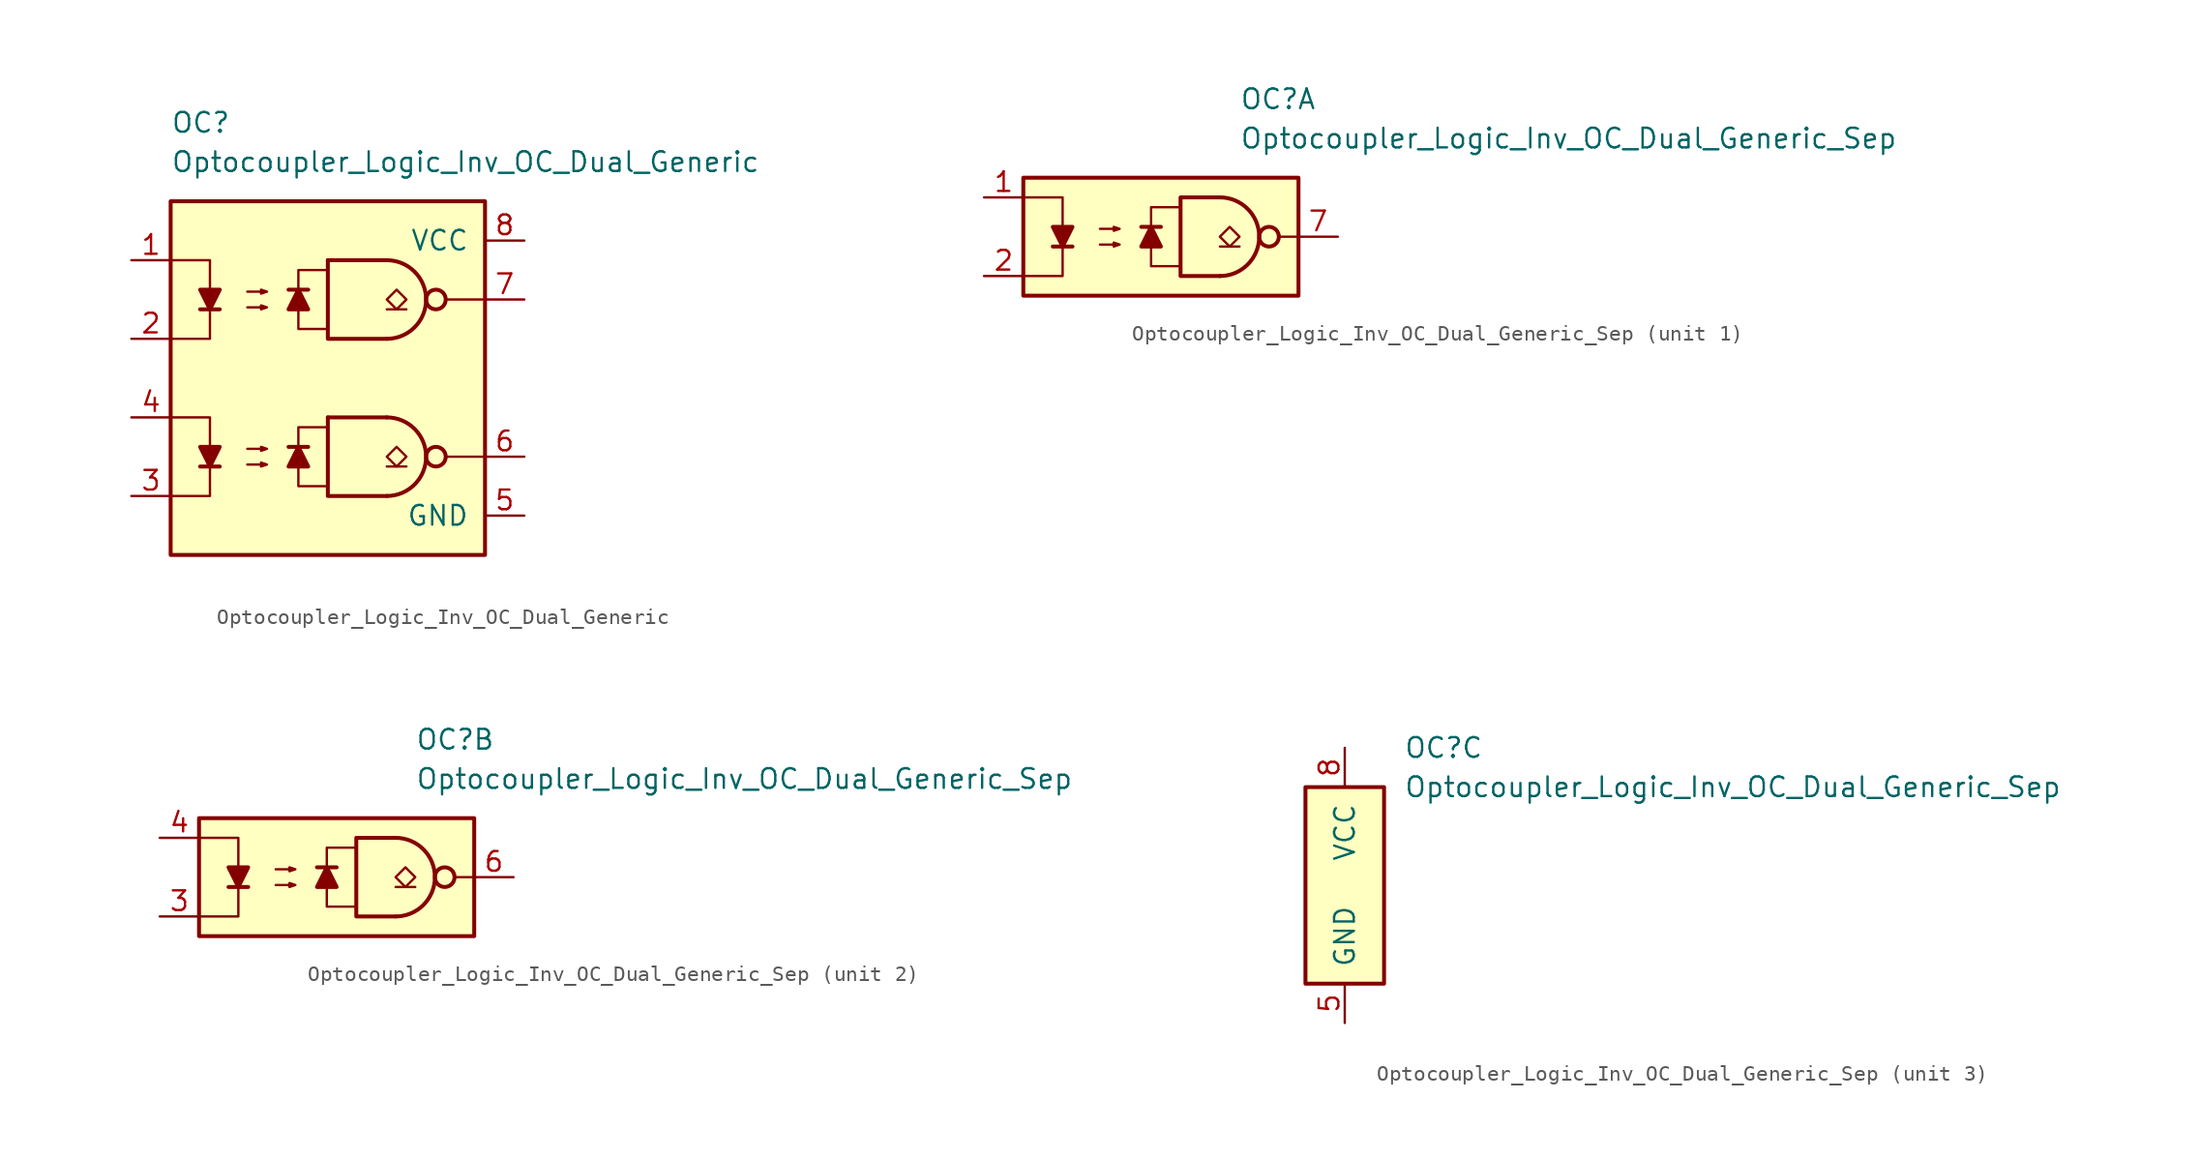
<source format=kicad_sym>
(kicad_symbol_lib
  (version 20211014)
  (generator kicad_symbol_editor)
  (symbol "Optocoupler_Logic_AKL:Optocoupler_Logic_Inv_OC_Dual_Generic"
    (pin_names
      (offset 1.016))
    (property "Reference" "OC"
      (at -10.16 16.51 0)
      (effects (font (size 1.27 1.27)) (justify left)))
    (property "Value" "Optocoupler_Logic_Inv_OC_Dual_Generic"
      (at -10.16 13.97 0)
      (effects (font (size 1.27 1.27)) (justify left)))
    (symbol "Optocoupler_Logic_Inv_OC_Dual_Generic_0_0"
      (rectangle (start -10.16 11.43) (end 10.16 -11.43) (stroke (width 0.254) (type default) (color 0 0 0 0)) (fill (type background)))
      (polyline (pts (xy 10.16 -5.08) (xy 7.62 -5.08)) (stroke (width 0) (type default) (color 0 0 0 0)) (fill (type none))))
    (symbol "Optocoupler_Logic_Inv_OC_Dual_Generic_0_1"
      (polyline (pts (xy -8.255 -5.715) (xy -6.985 -5.715)) (stroke (width 0.254) (type default) (color 0 0 0 0)) (fill (type none)))
      (polyline (pts (xy 0 -2.54) (xy 3.81 -2.54)) (stroke (width 0.254) (type default) (color 0 0 0 0)) (fill (type none)))
      (polyline (pts (xy 5.08 -5.715) (xy 3.81 -5.715)) (stroke (width 0.152) (type default) (color 0 0 0 0)) (fill (type none)))
      (polyline (pts (xy 5.08 4.445) (xy 3.81 4.445)) (stroke (width 0.152) (type default) (color 0 0 0 0)) (fill (type none)))
      (polyline (pts (xy -10.16 -2.54) (xy -7.62 -2.54) (xy -7.62 -5.715)) (stroke (width 0) (type default) (color 0 0 0 0)) (fill (type none)))
      (polyline (pts (xy -7.62 -5.715) (xy -7.62 -7.62) (xy -10.16 -7.62)) (stroke (width 0) (type default) (color 0 0 0 0)) (fill (type none)))
      (polyline (pts (xy 0 -2.54) (xy 0 -7.62) (xy 3.81 -7.62)) (stroke (width 0.254) (type default) (color 0 0 0 0)) (fill (type none)))
      (polyline (pts (xy -7.62 -5.715) (xy -8.255 -4.445) (xy -6.985 -4.445) (xy -7.62 -5.715)) (stroke (width 0.254) (type default) (color 0 0 0 0)) (fill (type outline)))
      (polyline (pts (xy -5.207 -5.588) (xy -3.937 -5.588) (xy -4.318 -5.715) (xy -4.318 -5.461) (xy -3.937 -5.588)) (stroke (width 0) (type default) (color 0 0 0 0)) (fill (type none)))
      (polyline (pts (xy -5.207 -4.572) (xy -3.937 -4.572) (xy -4.318 -4.699) (xy -4.318 -4.445) (xy -3.937 -4.572)) (stroke (width 0) (type default) (color 0 0 0 0)) (fill (type none)))
      (polyline (pts (xy 4.445 -5.715) (xy 3.81 -5.08) (xy 4.445 -4.445) (xy 5.08 -5.08) (xy 4.445 -5.715)) (stroke (width 0.152) (type default) (color 0 0 0 0)) (fill (type none)))
      (polyline (pts (xy 4.445 4.445) (xy 3.81 5.08) (xy 4.445 5.715) (xy 5.08 5.08) (xy 4.445 4.445)) (stroke (width 0.152) (type default) (color 0 0 0 0)) (fill (type none)))
      (arc (start 3.81 -7.62) (mid 6.35 -5.08) (end 3.81 -2.54) (stroke (width 0.254) (type default) (color 0 0 0 0)) (fill (type none)))
      (circle (center 6.985 -5.08) (radius 0.635) (stroke (width 0.254)) (stroke (width 0.254) (type default) (color 0 0 0 0)) (fill (type none))))
    (symbol "Optocoupler_Logic_Inv_OC_Dual_Generic_1_1"
      (polyline (pts (xy -8.255 4.445) (xy -6.985 4.445)) (stroke (width 0.254) (type default) (color 0 0 0 0)) (fill (type none)))
      (polyline (pts (xy -1.27 -4.445) (xy -2.54 -4.445)) (stroke (width 0.254) (type default) (color 0 0 0 0)) (fill (type none)))
      (polyline (pts (xy -1.27 5.715) (xy -2.54 5.715)) (stroke (width 0.254) (type default) (color 0 0 0 0)) (fill (type none)))
      (polyline (pts (xy 0 7.62) (xy 3.81 7.62)) (stroke (width 0.254) (type default) (color 0 0 0 0)) (fill (type none)))
      (polyline (pts (xy 10.16 5.08) (xy 7.62 5.08)) (stroke (width 0) (type default) (color 0 0 0 0)) (fill (type none)))
      (polyline (pts (xy -10.16 7.62) (xy -7.62 7.62) (xy -7.62 4.445)) (stroke (width 0) (type default) (color 0 0 0 0)) (fill (type none)))
      (polyline (pts (xy -7.62 4.445) (xy -7.62 2.54) (xy -10.16 2.54)) (stroke (width 0) (type default) (color 0 0 0 0)) (fill (type none)))
      (polyline (pts (xy 0 7.62) (xy 0 2.54) (xy 3.81 2.54)) (stroke (width 0.254) (type default) (color 0 0 0 0)) (fill (type none)))
      (polyline (pts (xy -7.62 4.445) (xy -8.255 5.715) (xy -6.985 5.715) (xy -7.62 4.445)) (stroke (width 0.254) (type default) (color 0 0 0 0)) (fill (type outline)))
      (polyline (pts (xy -1.905 -4.445) (xy -1.27 -5.715) (xy -2.54 -5.715) (xy -1.905 -4.445)) (stroke (width 0.254) (type default) (color 0 0 0 0)) (fill (type outline)))
      (polyline (pts (xy -1.905 5.715) (xy -1.27 4.445) (xy -2.54 4.445) (xy -1.905 5.715)) (stroke (width 0.254) (type default) (color 0 0 0 0)) (fill (type outline)))
      (polyline (pts (xy 0 -6.985) (xy -1.905 -6.985) (xy -1.905 -3.175) (xy 0 -3.175)) (stroke (width 0.152) (type default) (color 0 0 0 0)) (fill (type none)))
      (polyline (pts (xy 0 3.175) (xy -1.905 3.175) (xy -1.905 6.985) (xy 0 6.985)) (stroke (width 0.152) (type default) (color 0 0 0 0)) (fill (type none)))
      (polyline (pts (xy -5.207 4.572) (xy -3.937 4.572) (xy -4.318 4.445) (xy -4.318 4.699) (xy -3.937 4.572)) (stroke (width 0) (type default) (color 0 0 0 0)) (fill (type none)))
      (polyline (pts (xy -5.207 5.588) (xy -3.937 5.588) (xy -4.318 5.461) (xy -4.318 5.715) (xy -3.937 5.588)) (stroke (width 0) (type default) (color 0 0 0 0)) (fill (type none)))
      (arc (start 3.81 2.54) (mid 6.35 5.08) (end 3.81 7.62) (stroke (width 0.254) (type default) (color 0 0 0 0)) (fill (type none)))
      (circle (center 6.985 5.08) (radius 0.635) (stroke (width 0.254)) (stroke (width 0.254) (type default) (color 0 0 0 0)) (fill (type none)))
      (pin passive line (at -12.7 7.62 0) (length 2.54) (name "~" (effects (font (size 1.27 1.27)))) (number "1" (effects (font (size 1.27 1.27)))))
      (pin passive line (at -12.7 2.54 0) (length 2.54) (name "~" (effects (font (size 1.27 1.27)))) (number "2" (effects (font (size 1.27 1.27)))))
      (pin passive line (at -12.7 -7.62 0) (length 2.54) (name "~" (effects (font (size 1.27 1.27)))) (number "3" (effects (font (size 1.27 1.27)))))
      (pin passive line (at -12.7 -2.54 0) (length 2.54) (name "~" (effects (font (size 1.27 1.27)))) (number "4" (effects (font (size 1.27 1.27)))))
      (pin power_in line (at 12.7 -8.89 180) (length 2.54) (name "GND" (effects (font (size 1.27 1.27)))) (number "5" (effects (font (size 1.27 1.27)))))
      (pin open_collector line (at 12.7 -5.08 180) (length 2.54) (name "~" (effects (font (size 1.27 1.27)))) (number "6" (effects (font (size 1.27 1.27)))))
      (pin open_collector line (at 12.7 5.08 180) (length 2.54) (name "~" (effects (font (size 1.27 1.27)))) (number "7" (effects (font (size 1.27 1.27)))))
      (pin power_in line (at 12.7 8.89 180) (length 2.54) (name "VCC" (effects (font (size 1.27 1.27)))) (number "8" (effects (font (size 1.27 1.27)))))))
  (symbol "Optocoupler_Logic_AKL:Optocoupler_Logic_Inv_OC_Dual_Generic_Sep"
    (pin_names
      (offset 1.016))
    (property "Reference" "OC"
      (at 3.81 8.89 0)
      (effects (font (size 1.27 1.27)) (justify left)))
    (property "Value" "Optocoupler_Logic_Inv_OC_Dual_Generic_Sep"
      (at 3.81 6.35 0)
      (effects (font (size 1.27 1.27)) (justify left)))
    (property "ki_locked" ""
      (at 0 0 0)
      (effects (font (size 1.27 1.27))))
    (symbol "Optocoupler_Logic_Inv_OC_Dual_Generic_Sep_1_0"
      (rectangle (start -10.16 3.81) (end 7.62 -3.81) (stroke (width 0.254) (type default) (color 0 0 0 0)) (fill (type background)))
      (polyline (pts (xy 7.62 0) (xy 6.35 0)) (stroke (width 0) (type default) (color 0 0 0 0)) (fill (type none)))
      (polyline (pts (xy 2.54 -2.54) (xy 0 -2.54) (xy 0 2.54) (xy 2.54 2.54)) (stroke (width 0.254) (type default) (color 0 0 0 0)) (fill (type none))))
    (symbol "Optocoupler_Logic_Inv_OC_Dual_Generic_Sep_1_1"
      (polyline (pts (xy -8.255 -0.635) (xy -6.985 -0.635)) (stroke (width 0.254) (type default) (color 0 0 0 0)) (fill (type none)))
      (polyline (pts (xy -1.27 0.635) (xy -2.54 0.635)) (stroke (width 0.254) (type default) (color 0 0 0 0)) (fill (type none)))
      (polyline (pts (xy 3.81 -0.635) (xy 2.54 -0.635)) (stroke (width 0.152) (type default) (color 0 0 0 0)) (fill (type none)))
      (polyline (pts (xy -10.16 2.54) (xy -7.62 2.54) (xy -7.62 -0.635)) (stroke (width 0) (type default) (color 0 0 0 0)) (fill (type none)))
      (polyline (pts (xy -7.62 -0.635) (xy -7.62 -2.54) (xy -10.16 -2.54)) (stroke (width 0) (type default) (color 0 0 0 0)) (fill (type none)))
      (polyline (pts (xy -7.62 -0.635) (xy -8.255 0.635) (xy -6.985 0.635) (xy -7.62 -0.635)) (stroke (width 0.254) (type default) (color 0 0 0 0)) (fill (type outline)))
      (polyline (pts (xy -1.905 0.635) (xy -1.27 -0.635) (xy -2.54 -0.635) (xy -1.905 0.635)) (stroke (width 0.254) (type default) (color 0 0 0 0)) (fill (type outline)))
      (polyline (pts (xy 0 -1.905) (xy -1.905 -1.905) (xy -1.905 1.905) (xy 0 1.905)) (stroke (width 0.152) (type default) (color 0 0 0 0)) (fill (type none)))
      (polyline (pts (xy -5.207 -0.508) (xy -3.937 -0.508) (xy -4.318 -0.635) (xy -4.318 -0.381) (xy -3.937 -0.508)) (stroke (width 0) (type default) (color 0 0 0 0)) (fill (type none)))
      (polyline (pts (xy -5.207 0.508) (xy -3.937 0.508) (xy -4.318 0.381) (xy -4.318 0.635) (xy -3.937 0.508)) (stroke (width 0) (type default) (color 0 0 0 0)) (fill (type none)))
      (polyline (pts (xy 3.175 -0.635) (xy 2.54 0) (xy 3.175 0.635) (xy 3.81 0) (xy 3.175 -0.635)) (stroke (width 0.152) (type default) (color 0 0 0 0)) (fill (type none)))
      (arc (start 2.54 -2.54) (mid 5.08 0) (end 2.54 2.54) (stroke (width 0.254) (type default) (color 0 0 0 0)) (fill (type none)))
      (circle (center 5.715 0) (radius 0.635) (stroke (width 0.254)) (stroke (width 0.254) (type default) (color 0 0 0 0)) (fill (type none)))
      (pin passive line (at -12.7 2.54 0) (length 2.54) (name "~" (effects (font (size 1.27 1.27)))) (number "1" (effects (font (size 1.27 1.27)))))
      (pin passive line (at -12.7 -2.54 0) (length 2.54) (name "~" (effects (font (size 1.27 1.27)))) (number "2" (effects (font (size 1.27 1.27)))))
      (pin open_collector line (at 10.16 0 180) (length 2.54) (name "~" (effects (font (size 1.27 1.27)))) (number "7" (effects (font (size 1.27 1.27))))))
    (symbol "Optocoupler_Logic_Inv_OC_Dual_Generic_Sep_2_0"
      (rectangle (start -10.16 3.81) (end 7.62 -3.81) (stroke (width 0.254) (type default) (color 0 0 0 0)) (fill (type background)))
      (polyline (pts (xy 7.62 0) (xy 6.35 0)) (stroke (width 0) (type default) (color 0 0 0 0)) (fill (type none)))
      (polyline (pts (xy 2.54 -2.54) (xy 0 -2.54) (xy 0 2.54) (xy 2.54 2.54)) (stroke (width 0.254) (type default) (color 0 0 0 0)) (fill (type none))))
    (symbol "Optocoupler_Logic_Inv_OC_Dual_Generic_Sep_2_1"
      (polyline (pts (xy -8.255 -0.635) (xy -6.985 -0.635)) (stroke (width 0.254) (type default) (color 0 0 0 0)) (fill (type none)))
      (polyline (pts (xy -1.27 0.635) (xy -2.54 0.635)) (stroke (width 0.254) (type default) (color 0 0 0 0)) (fill (type none)))
      (polyline (pts (xy 3.81 -0.635) (xy 2.54 -0.635)) (stroke (width 0.152) (type default) (color 0 0 0 0)) (fill (type none)))
      (polyline (pts (xy -10.16 2.54) (xy -7.62 2.54) (xy -7.62 -0.635)) (stroke (width 0) (type default) (color 0 0 0 0)) (fill (type none)))
      (polyline (pts (xy -7.62 -0.635) (xy -7.62 -2.54) (xy -10.16 -2.54)) (stroke (width 0) (type default) (color 0 0 0 0)) (fill (type none)))
      (polyline (pts (xy -7.62 -0.635) (xy -8.255 0.635) (xy -6.985 0.635) (xy -7.62 -0.635)) (stroke (width 0.254) (type default) (color 0 0 0 0)) (fill (type outline)))
      (polyline (pts (xy -1.905 0.635) (xy -1.27 -0.635) (xy -2.54 -0.635) (xy -1.905 0.635)) (stroke (width 0.254) (type default) (color 0 0 0 0)) (fill (type outline)))
      (polyline (pts (xy 0 -1.905) (xy -1.905 -1.905) (xy -1.905 1.905) (xy 0 1.905)) (stroke (width 0.152) (type default) (color 0 0 0 0)) (fill (type none)))
      (polyline (pts (xy -5.207 -0.508) (xy -3.937 -0.508) (xy -4.318 -0.635) (xy -4.318 -0.381) (xy -3.937 -0.508)) (stroke (width 0) (type default) (color 0 0 0 0)) (fill (type none)))
      (polyline (pts (xy -5.207 0.508) (xy -3.937 0.508) (xy -4.318 0.381) (xy -4.318 0.635) (xy -3.937 0.508)) (stroke (width 0) (type default) (color 0 0 0 0)) (fill (type none)))
      (polyline (pts (xy 3.175 -0.635) (xy 2.54 0) (xy 3.175 0.635) (xy 3.81 0) (xy 3.175 -0.635)) (stroke (width 0.152) (type default) (color 0 0 0 0)) (fill (type none)))
      (arc (start 2.54 -2.54) (mid 5.08 0) (end 2.54 2.54) (stroke (width 0.254) (type default) (color 0 0 0 0)) (fill (type none)))
      (circle (center 5.715 0) (radius 0.635) (stroke (width 0.254)) (stroke (width 0.254) (type default) (color 0 0 0 0)) (fill (type none)))
      (pin passive line (at -12.7 -2.54 0) (length 2.54) (name "~" (effects (font (size 1.27 1.27)))) (number "3" (effects (font (size 1.27 1.27)))))
      (pin passive line (at -12.7 2.54 0) (length 2.54) (name "~" (effects (font (size 1.27 1.27)))) (number "4" (effects (font (size 1.27 1.27)))))
      (pin open_collector line (at 10.16 0 180) (length 2.54) (name "~" (effects (font (size 1.27 1.27)))) (number "6" (effects (font (size 1.27 1.27))))))
    (symbol "Optocoupler_Logic_Inv_OC_Dual_Generic_Sep_3_0"
      (rectangle (start -2.54 6.35) (end 2.54 -6.35) (stroke (width 0.254) (type default) (color 0 0 0 0)) (fill (type background))))
    (symbol "Optocoupler_Logic_Inv_OC_Dual_Generic_Sep_3_1"
      (pin power_in line (at 0 -8.89 90) (length 2.54) (name "GND" (effects (font (size 1.27 1.27)))) (number "5" (effects (font (size 1.27 1.27)))))
      (pin power_in line (at 0 8.89 270) (length 2.54) (name "VCC" (effects (font (size 1.27 1.27)))) (number "8" (effects (font (size 1.27 1.27))))))))
</source>
